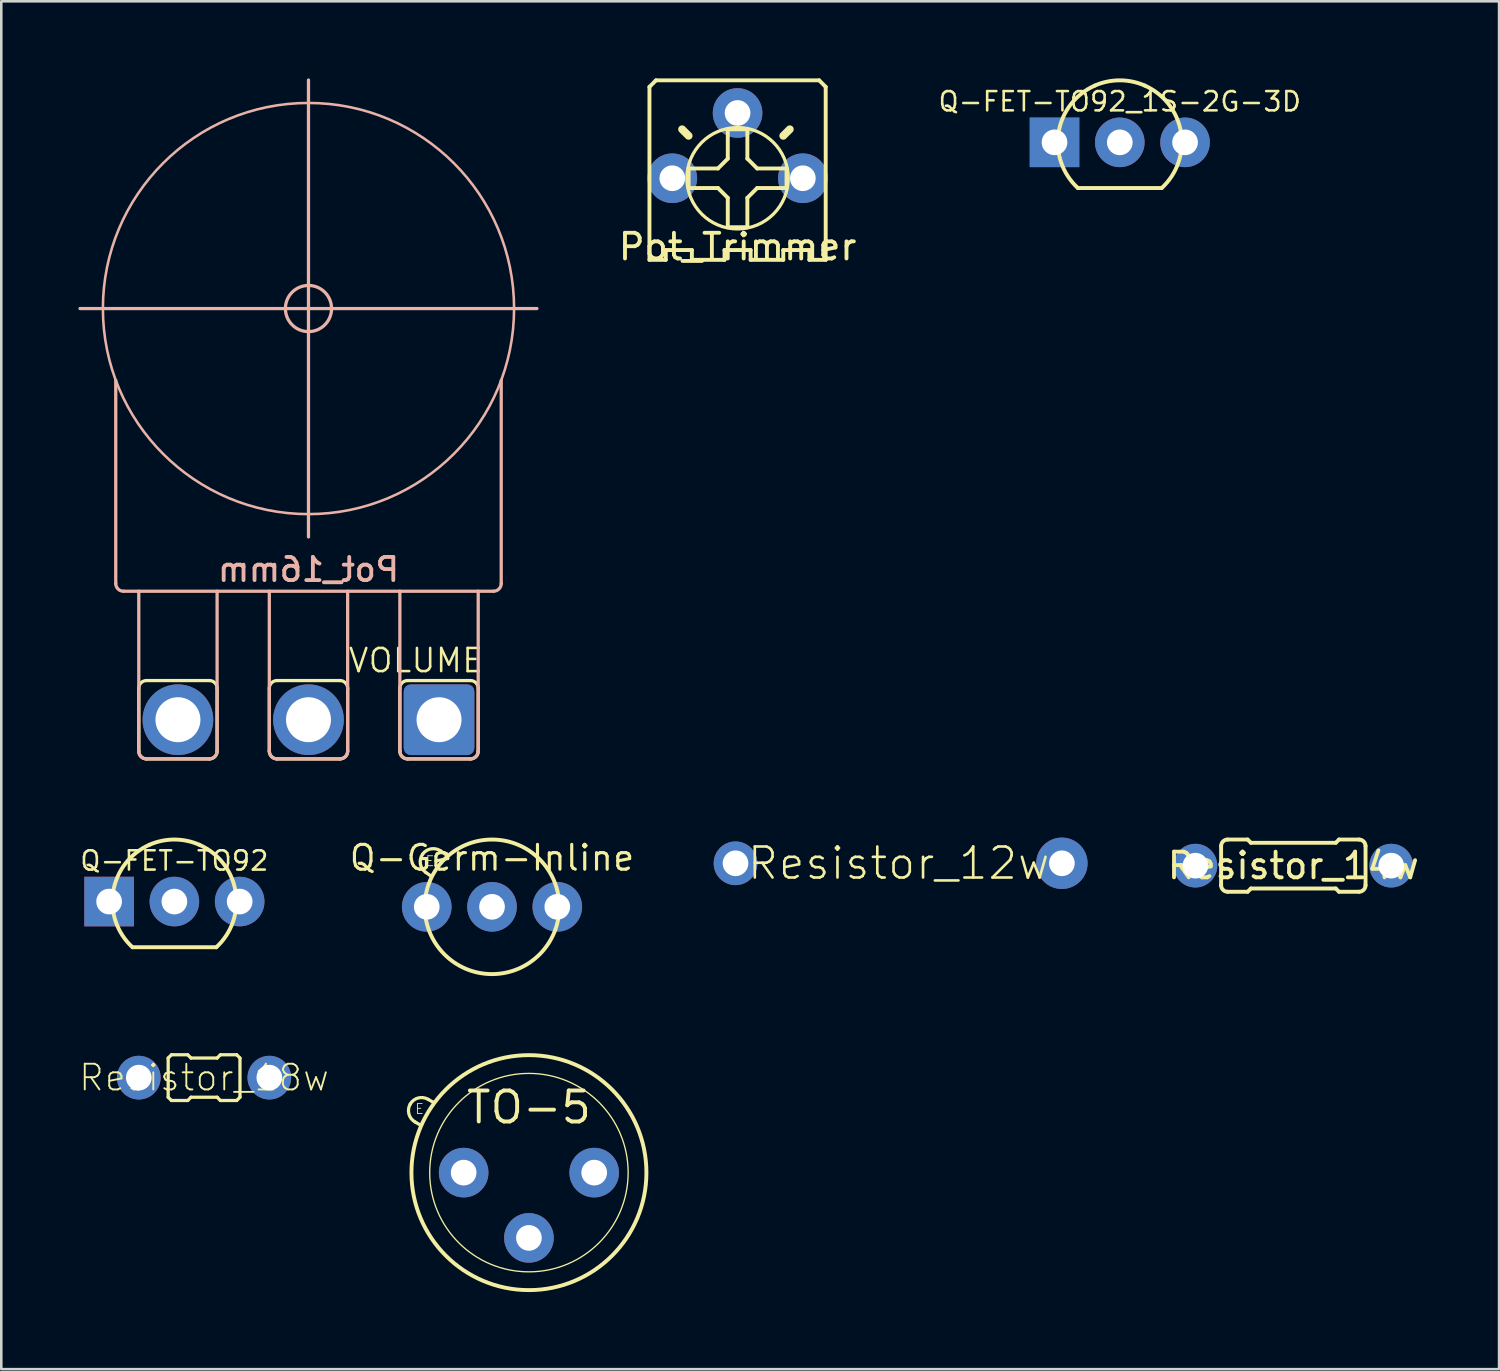
<source format=kicad_pcb>
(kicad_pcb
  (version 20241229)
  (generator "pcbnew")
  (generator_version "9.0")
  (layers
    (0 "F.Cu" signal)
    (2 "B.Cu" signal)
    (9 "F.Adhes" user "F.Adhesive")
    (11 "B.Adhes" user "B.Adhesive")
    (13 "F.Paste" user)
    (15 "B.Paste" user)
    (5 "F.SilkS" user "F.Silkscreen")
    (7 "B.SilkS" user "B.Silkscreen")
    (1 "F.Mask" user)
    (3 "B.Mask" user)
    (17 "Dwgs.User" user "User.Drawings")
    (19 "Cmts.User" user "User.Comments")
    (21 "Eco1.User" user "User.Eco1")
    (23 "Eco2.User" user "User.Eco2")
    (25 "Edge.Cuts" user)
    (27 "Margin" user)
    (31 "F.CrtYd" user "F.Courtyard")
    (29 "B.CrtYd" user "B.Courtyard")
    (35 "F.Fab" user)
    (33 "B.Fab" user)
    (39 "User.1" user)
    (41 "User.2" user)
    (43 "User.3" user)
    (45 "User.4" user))
  (footprint "Pot_Trimmer"
    (layer "F.Cu")
    (at 25.651 3.886)
    (property "Reference" "Pot_Trimmer" (at 0 2.667 0) (layer "F.SilkS") (effects (font (size 1 1) (thickness 0.15))))
    (attr through_hole)
    (fp_line (start -3.429 -3.556) (end -3.429 3.175) (stroke (width 0.152) (type solid)) (layer "F.SilkS"))
    (fp_line (start -3.429 3.175) (end -2.794 3.175) (stroke (width 0.152) (type default)) (layer "F.SilkS"))
    (fp_line (start -3.175 -3.81) (end -3.429 -3.556) (stroke (width 0.152) (type solid)) (layer "F.SilkS"))
    (fp_line (start -2.794 2.794) (end -1.778 2.794) (stroke (width 0.152) (type solid)) (layer "F.SilkS"))
    (fp_line (start -2.794 3.175) (end -2.794 2.794) (stroke (width 0.152) (type default)) (layer "F.SilkS"))
    (fp_line (start -1.905 -1.651) (end -2.159 -1.905) (stroke (width 0.305) (type solid)) (layer "F.SilkS"))
    (fp_line (start -1.905 -0.381) (end -1.905 0.381) (stroke (width 0.152) (type solid)) (layer "F.SilkS"))
    (fp_line (start -1.905 0.381) (end -0.762 0.381) (stroke (width 0.152) (type solid)) (layer "F.SilkS"))
    (fp_line (start -1.778 2.794) (end -1.778 3.175) (stroke (width 0.152) (type default)) (layer "F.SilkS"))
    (fp_line (start -1.778 3.175) (end -0.508 3.175) (stroke (width 0.152) (type default)) (layer "F.SilkS"))
    (fp_line (start -0.762 -0.381) (end -1.905 -0.381) (stroke (width 0.152) (type solid)) (layer "F.SilkS"))
    (fp_line (start -0.508 2.794) (end 0.508 2.794) (stroke (width 0.152) (type solid)) (layer "F.SilkS"))
    (fp_line (start -0.508 3.175) (end -0.508 2.794) (stroke (width 0.152) (type default)) (layer "F.SilkS"))
    (fp_line (start -0.381 -1.905) (end -0.381 -0.762) (stroke (width 0.152) (type solid)) (layer "F.SilkS"))
    (fp_line (start -0.381 -0.762) (end -0.762 -0.381) (stroke (width 0.152) (type solid)) (layer "F.SilkS"))
    (fp_line (start -0.381 0.762) (end -0.762 0.381) (stroke (width 0.152) (type solid)) (layer "F.SilkS"))
    (fp_line (start -0.381 0.762) (end -0.381 1.905) (stroke (width 0.152) (type solid)) (layer "F.SilkS"))
    (fp_line (start -0.381 1.905) (end 0.381 1.905) (stroke (width 0.152) (type solid)) (layer "F.SilkS"))
    (fp_line (start 0.381 -1.905) (end -0.381 -1.905) (stroke (width 0.152) (type solid)) (layer "F.SilkS"))
    (fp_line (start 0.381 -0.762) (end 0.381 -1.905) (stroke (width 0.152) (type solid)) (layer "F.SilkS"))
    (fp_line (start 0.381 0.762) (end 0.762 0.381) (stroke (width 0.152) (type solid)) (layer "F.SilkS"))
    (fp_line (start 0.381 1.905) (end 0.381 0.762) (stroke (width 0.152) (type solid)) (layer "F.SilkS"))
    (fp_line (start 0.508 2.794) (end 0.508 3.175) (stroke (width 0.152) (type default)) (layer "F.SilkS"))
    (fp_line (start 0.508 3.175) (end 1.778 3.175) (stroke (width 0.152) (type default)) (layer "F.SilkS"))
    (fp_line (start 0.762 -0.381) (end 0.381 -0.762) (stroke (width 0.152) (type solid)) (layer "F.SilkS"))
    (fp_line (start 0.762 0.381) (end 1.905 0.381) (stroke (width 0.152) (type solid)) (layer "F.SilkS"))
    (fp_line (start 1.778 -1.651) (end 2.032 -1.905) (stroke (width 0.305) (type solid)) (layer "F.SilkS"))
    (fp_line (start 1.778 2.794) (end 2.794 2.794) (stroke (width 0.152) (type solid)) (layer "F.SilkS"))
    (fp_line (start 1.778 3.175) (end 1.778 2.794) (stroke (width 0.152) (type default)) (layer "F.SilkS"))
    (fp_line (start 1.905 -0.381) (end 0.762 -0.381) (stroke (width 0.152) (type solid)) (layer "F.SilkS"))
    (fp_line (start 1.905 0.381) (end 1.905 -0.381) (stroke (width 0.152) (type solid)) (layer "F.SilkS"))
    (fp_line (start 2.794 3.175) (end 2.794 2.794) (stroke (width 0.152) (type default)) (layer "F.SilkS"))
    (fp_line (start 3.175 -3.81) (end -3.175 -3.81) (stroke (width 0.152) (type solid)) (layer "F.SilkS"))
    (fp_line (start 3.175 -3.81) (end 3.429 -3.556) (stroke (width 0.152) (type solid)) (layer "F.SilkS"))
    (fp_line (start 3.429 3.175) (end 2.794 3.175) (stroke (width 0.152) (type default)) (layer "F.SilkS"))
    (fp_line (start 3.429 3.175) (end 3.429 -3.556) (stroke (width 0.152) (type solid)) (layer "F.SilkS"))
    (fp_circle (center 0 0) (end 1.972 0) (stroke (width 0.127) (type solid)) (fill no) (layer "F.SilkS"))
    (pad "1" thru_hole oval (at -2.54 0) (size 1.93 1.93) (drill 1) (layers "*.Cu" "*.Mask"))
    (pad "2" thru_hole oval (at 0 -2.54) (size 1.93 1.93) (drill 1) (layers "*.Cu" "*.Mask"))
    (pad "3" thru_hole oval (at 2.54 0) (size 1.93 1.93) (drill 1) (layers "*.Cu" "*.Mask")))
  (footprint "Resistor_12w"
    (layer "F.Cu")
    (at 31.921 30.543)
    (property "Reference" "Resistor_12w" (at 0 0 0) (layer "F.SilkS") (effects (font (size 1.206 1.206) (thickness 0.102))))
    (attr through_hole)
    (pad "1" thru_hole circle (at -6.35 0) (size 1.7 1.7) (drill 1) (layers "*.Cu" "*.Mask"))
    (pad "2" thru_hole oval (at 6.35 0) (size 2 2) (drill 1) (layers "*.Cu" "*.Mask")))
  (footprint "TO-5"
    (layer "F.Cu")
    (at 17.532 42.58)
    (property "Reference" "TO-5" (at 0 -2.54 0) (layer "F.SilkS") (effects (font (size 1.206 1.206) (thickness 0.152))))
    (attr through_hole)
    (fp_line (start -4.213 -1.846) (end -4.433 -1.973) (stroke (width 0.127) (type solid)) (layer "F.SilkS"))
    (fp_line (start -3.925 -2.853) (end -3.705 -2.726) (stroke (width 0.127) (type solid)) (layer "F.SilkS"))
    (fp_arc (start -4.619372 -2.666997) (mid -4.310909 -2.903688) (end -3.925427 -2.852938) (stroke (width 0.127) (type solid)) (layer "F.SilkS"))
    (fp_arc (start -4.433431 -1.973056) (mid -4.67012 -2.281517) (end -4.61937 -2.666997) (stroke (width 0.127) (type solid)) (layer "F.SilkS"))
    (fp_circle (center 0 0) (end 3.861 0) (stroke (width 0.051) (type solid)) (fill no) (layer "F.SilkS"))
    (fp_circle (center 0 0) (end 4.572 0) (stroke (width 0.152) (type solid)) (fill no) (layer "F.SilkS"))
    (fp_text user "E" (at -4.255 -2.477 0) (layer "F.SilkS") (effects (font (size 0.386 0.386) (thickness 0.033))))
    (pad "1" thru_hole oval (at -2.54 0 270) (size 1.93 1.93) (drill 1) (layers "*.Cu" "*.Mask"))
    (pad "2" thru_hole oval (at 0 2.54 270) (size 1.93 1.93) (drill 1) (layers "*.Cu" "*.Mask"))
    (pad "3" thru_hole oval (at 2.54 0 270) (size 1.93 1.93) (drill 1) (layers "*.Cu" "*.Mask")))
  (footprint "Resistor_14w"
    (layer "F.Cu")
    (at 47.277 30.635)
    (property "Reference" "Resistor_14w" (at 0 0 0) (layer "F.SilkS") (effects (font (size 1 1) (thickness 0.15))))
    (attr through_hole)
    (fp_line (start -2.81 0.762) (end -2.81 -0.762) (stroke (width 0.152) (type solid)) (layer "F.SilkS"))
    (fp_line (start -2.556 -1.016) (end -1.778 -1.016) (stroke (width 0.152) (type default)) (layer "F.SilkS"))
    (fp_line (start -2.556 1.016) (end -1.778 1.016) (stroke (width 0.152) (type default)) (layer "F.SilkS"))
    (fp_line (start -1.651 -0.889) (end -1.778 -1.016) (stroke (width 0.152) (type solid)) (layer "F.SilkS"))
    (fp_line (start -1.651 0.889) (end -1.778 1.016) (stroke (width 0.152) (type solid)) (layer "F.SilkS"))
    (fp_line (start 1.651 -0.889) (end -1.651 -0.889) (stroke (width 0.152) (type default)) (layer "F.SilkS"))
    (fp_line (start 1.651 -0.889) (end 1.778 -1.016) (stroke (width 0.152) (type solid)) (layer "F.SilkS"))
    (fp_line (start 1.651 0.889) (end -1.651 0.889) (stroke (width 0.152) (type default)) (layer "F.SilkS"))
    (fp_line (start 1.651 0.889) (end 1.778 1.016) (stroke (width 0.152) (type solid)) (layer "F.SilkS"))
    (fp_line (start 1.778 -1.016) (end 2.556 -1.016) (stroke (width 0.152) (type default)) (layer "F.SilkS"))
    (fp_line (start 1.778 1.016) (end 2.556 1.016) (stroke (width 0.152) (type default)) (layer "F.SilkS"))
    (fp_line (start 2.81 0.762) (end 2.81 -0.762) (stroke (width 0.152) (type solid)) (layer "F.SilkS"))
    (fp_arc (start -2.81 -0.762) (mid -2.735605 -0.941605) (end -2.556 -1.016) (stroke (width 0.1524) (type solid)) (layer "F.SilkS"))
    (fp_arc (start -2.556 1.016) (mid -2.735605 0.941605) (end -2.81 0.762) (stroke (width 0.1524) (type solid)) (layer "F.SilkS"))
    (fp_arc (start 2.556 -1.016) (mid 2.735605 -0.941605) (end 2.81 -0.762) (stroke (width 0.1524) (type solid)) (layer "F.SilkS"))
    (fp_arc (start 2.81 0.762) (mid 2.735605 0.941605) (end 2.556 1.016) (stroke (width 0.1524) (type solid)) (layer "F.SilkS"))
    (pad "1" thru_hole circle (at -3.81 0) (size 1.7 1.7) (drill 1) (layers "*.Cu" "*.Mask"))
    (pad "2" thru_hole circle (at 3.81 0) (size 1.7 1.7) (drill 1) (layers "*.Cu" "*.Mask")))
  (footprint "Q-Germ-Inline"
    (layer "F.Cu")
    (at 16.096 32.237)
    (property "Reference" "Q-Germ-Inline" (at 0 -1.905 0) (layer "F.SilkS") (effects (font (size 0.965 0.965) (thickness 0.122))))
    (attr through_hole)
    (fp_line (start -2.37 -1.194) (end -2.578 -1.339) (stroke (width 0.127) (type solid)) (layer "F.SilkS"))
    (fp_line (start -1.995 -2.171) (end -1.787 -2.026) (stroke (width 0.127) (type solid)) (layer "F.SilkS"))
    (fp_arc (start -2.702638 -2.046709) (mid -2.37472 -2.255616) (end -1.995128 -2.171463) (stroke (width 0.127) (type solid)) (layer "F.SilkS"))
    (fp_arc (start -2.577888 -1.339203) (mid -2.786792 -1.667119) (end -2.702638 -2.046709) (stroke (width 0.127) (type solid)) (layer "F.SilkS"))
    (fp_circle (center 0 0) (end 2.618 0) (stroke (width 0.152) (type solid)) (fill no) (layer "F.SilkS"))
    (fp_text user "E" (at -2.413 -1.778 0) (layer "F.SilkS") (effects (font (size 0.386 0.386) (thickness 0.033))))
    (pad "1" thru_hole oval (at -2.54 0 270) (size 1.93 1.93) (drill 1) (layers "*.Cu" "*.Mask"))
    (pad "2" thru_hole oval (at 0 0 270) (size 1.93 1.93) (drill 1) (layers "*.Cu" "*.Mask"))
    (pad "3" thru_hole oval (at 2.54 0 270) (size 1.93 1.93) (drill 1) (layers "*.Cu" "*.Mask")))
  (footprint "Resistor_18w"
    (layer "F.Cu")
    (at 4.891 38.884)
    (property "Reference" "Resistor_18w" (at 0 0 0) (layer "F.SilkS") (effects (font (size 1 1) (thickness 0.073))))
    (attr through_hole)
    (fp_line (start -1.397 -0.762) (end -1.397 0.762) (stroke (width 0.127) (type solid)) (layer "F.SilkS"))
    (fp_line (start -1.397 -0.762) (end -1.27 -0.889) (stroke (width 0.127) (type solid)) (layer "F.SilkS"))
    (fp_line (start -1.27 -0.889) (end -0.635 -0.889) (stroke (width 0.127) (type solid)) (layer "F.SilkS"))
    (fp_line (start -1.27 0.889) (end -1.397 0.762) (stroke (width 0.127) (type solid)) (layer "F.SilkS"))
    (fp_line (start -0.635 -0.889) (end -0.508 -0.762) (stroke (width 0.127) (type solid)) (layer "F.SilkS"))
    (fp_line (start -0.635 0.889) (end -1.27 0.889) (stroke (width 0.127) (type solid)) (layer "F.SilkS"))
    (fp_line (start -0.508 -0.762) (end 0.508 -0.762) (stroke (width 0.127) (type solid)) (layer "F.SilkS"))
    (fp_line (start -0.508 0.762) (end -0.635 0.889) (stroke (width 0.127) (type solid)) (layer "F.SilkS"))
    (fp_line (start 0.508 -0.762) (end 0.635 -0.889) (stroke (width 0.127) (type solid)) (layer "F.SilkS"))
    (fp_line (start 0.508 0.762) (end -0.508 0.762) (stroke (width 0.127) (type solid)) (layer "F.SilkS"))
    (fp_line (start 0.635 -0.889) (end 1.27 -0.889) (stroke (width 0.127) (type solid)) (layer "F.SilkS"))
    (fp_line (start 0.635 0.889) (end 0.508 0.762) (stroke (width 0.127) (type solid)) (layer "F.SilkS"))
    (fp_line (start 1.27 -0.889) (end 1.397 -0.762) (stroke (width 0.127) (type solid)) (layer "F.SilkS"))
    (fp_line (start 1.27 0.889) (end 0.635 0.889) (stroke (width 0.127) (type solid)) (layer "F.SilkS"))
    (fp_line (start 1.397 -0.762) (end 1.397 0.762) (stroke (width 0.127) (type solid)) (layer "F.SilkS"))
    (fp_line (start 1.397 0.762) (end 1.27 0.889) (stroke (width 0.127) (type solid)) (layer "F.SilkS"))
    (pad "1" thru_hole circle (at -2.54 0) (size 1.7 1.7) (drill 1) (layers "*.Cu" "*.Mask"))
    (pad "2" thru_hole circle (at 2.54 0) (size 1.7 1.7) (drill 1) (layers "*.Cu" "*.Mask")))
  (footprint "Q-FET-TO92_1S-2G-3D"
    (layer "F.Cu")
    (at 40.524 2.489)
    (property "Reference" "Q-FET-TO92_1S-2G-3D" (at 0 -1.587 0) (layer "F.SilkS") (effects (font (size 0.75 0.75) (thickness 0.1))))
    (attr through_hole)
    (fp_line (start -1.631 1.778) (end 1.631 1.778) (stroke (width 0.152) (type solid)) (layer "F.SilkS"))
    (fp_arc (start -1.631 1.778) (mid -2.380096 -0.395238) (end -0.968899 -2.209799) (stroke (width 0.1524) (type solid)) (layer "F.SilkS"))
    (fp_arc (start -0.9692 -2.2098) (mid 0 -2.412999) (end 0.9692 -2.2098) (stroke (width 0.1524) (type solid)) (layer "F.SilkS"))
    (fp_arc (start 0.9689 -2.2098) (mid 2.380097 -0.395238) (end 1.631001 1.778001) (stroke (width 0.1524) (type solid)) (layer "F.SilkS"))
    (pad "1" thru_hole rect (at -2.54 0) (size 1.93 1.93) (drill 1) (layers "*.Cu" "*.Mask"))
    (pad "2" thru_hole oval (at 0 0) (size 1.93 1.93) (drill 1) (layers "*.Cu" "*.Mask"))
    (pad "3" thru_hole oval (at 2.54 0) (size 1.93 1.93) (drill 1) (layers "*.Cu" "*.Mask")))
  (footprint "Q-FET-TO92"
    (layer "F.Cu")
    (at 3.736 32.032)
    (property "Reference" "Q-FET-TO92" (at 0 -1.587 0) (layer "F.SilkS") (effects (font (size 0.75 0.75) (thickness 0.1))))
    (attr through_hole)
    (fp_line (start -1.631 1.778) (end 1.631 1.778) (stroke (width 0.152) (type solid)) (layer "F.SilkS"))
    (fp_arc (start -1.631 1.778) (mid -2.380096 -0.395238) (end -0.968899 -2.209799) (stroke (width 0.1524) (type solid)) (layer "F.SilkS"))
    (fp_arc (start -0.9692 -2.2098) (mid 0 -2.412999) (end 0.9692 -2.2098) (stroke (width 0.1524) (type solid)) (layer "F.SilkS"))
    (fp_arc (start 0.9689 -2.2098) (mid 2.380097 -0.395238) (end 1.631001 1.778001) (stroke (width 0.1524) (type solid)) (layer "F.SilkS"))
    (pad "1" thru_hole rect (at -2.54 0) (size 1.93 1.93) (drill 1) (layers "*.Cu" "*.Mask"))
    (pad "2" thru_hole oval (at 0 0) (size 1.93 1.93) (drill 1) (layers "*.Cu" "*.Mask"))
    (pad "3" thru_hole oval (at 2.54 0) (size 1.93 1.93) (drill 1) (layers "*.Cu" "*.Mask")))
  (footprint "Pot_16mm"
    (layer "F.Cu")
    (at 8.954 24.956)
    (property "Reference" "Pot_16mm" (at 0 -5.842 0) (layer "B.SilkS") (effects (font (size 0.9 0.9) (thickness 0.15) (bold yes)) (justify mirror)))
    (attr through_hole)
    (fp_line (start -6.604 -1.224) (end -6.604 1.224) (stroke (width 0.127) (type solid)) (layer "F.SilkS"))
    (fp_line (start -6.304 -1.524) (end -3.856 -1.524) (stroke (width 0.127) (type solid)) (layer "F.SilkS"))
    (fp_line (start -6.304 1.524) (end -3.856 1.524) (stroke (width 0.127) (type solid)) (layer "F.SilkS"))
    (fp_line (start -3.556 1.224) (end -3.556 -1.224) (stroke (width 0.127) (type solid)) (layer "F.SilkS"))
    (fp_line (start -1.524 -1.224) (end -1.524 1.224) (stroke (width 0.127) (type solid)) (layer "F.SilkS"))
    (fp_line (start -1.224 -1.524) (end 1.224 -1.524) (stroke (width 0.127) (type solid)) (layer "F.SilkS"))
    (fp_line (start -1.224 1.524) (end 1.224 1.524) (stroke (width 0.127) (type solid)) (layer "F.SilkS"))
    (fp_line (start 1.524 1.224) (end 1.524 -1.224) (stroke (width 0.127) (type solid)) (layer "F.SilkS"))
    (fp_line (start 3.556 -1.224) (end 3.556 1.224) (stroke (width 0.127) (type solid)) (layer "F.SilkS"))
    (fp_line (start 3.856 -1.524) (end 6.304 -1.524) (stroke (width 0.127) (type solid)) (layer "F.SilkS"))
    (fp_line (start 3.856 1.524) (end 6.304 1.524) (stroke (width 0.127) (type solid)) (layer "F.SilkS"))
    (fp_line (start 6.604 1.224) (end 6.604 -1.224) (stroke (width 0.127) (type solid)) (layer "F.SilkS"))
    (fp_arc (start -6.604 -1.224) (mid -6.516132 -1.436132) (end -6.304 -1.524) (stroke (width 0.127) (type default)) (layer "F.SilkS"))
    (fp_arc (start -6.304 1.524) (mid -6.516132 1.436132) (end -6.604 1.224) (stroke (width 0.127) (type default)) (layer "F.SilkS"))
    (fp_arc (start -3.856 -1.524) (mid -3.643868 -1.436132) (end -3.556 -1.224) (stroke (width 0.127) (type default)) (layer "F.SilkS"))
    (fp_arc (start -3.556 1.224) (mid -3.643868 1.436132) (end -3.856 1.524) (stroke (width 0.127) (type default)) (layer "F.SilkS"))
    (fp_arc (start -1.524 -1.224) (mid -1.436132 -1.436132) (end -1.224 -1.524) (stroke (width 0.127) (type default)) (layer "F.SilkS"))
    (fp_arc (start -1.224 1.524) (mid -1.436132 1.436132) (end -1.524 1.224) (stroke (width 0.127) (type default)) (layer "F.SilkS"))
    (fp_arc (start 1.224 -1.524) (mid 1.436132 -1.436132) (end 1.524 -1.224) (stroke (width 0.127) (type default)) (layer "F.SilkS"))
    (fp_arc (start 1.524 1.224) (mid 1.436132 1.436132) (end 1.224 1.524) (stroke (width 0.127) (type default)) (layer "F.SilkS"))
    (fp_arc (start 3.556 -1.224) (mid 3.643868 -1.436132) (end 3.856 -1.524) (stroke (width 0.127) (type default)) (layer "F.SilkS"))
    (fp_arc (start 3.856 1.524) (mid 3.643868 1.436132) (end 3.556 1.224) (stroke (width 0.127) (type default)) (layer "F.SilkS"))
    (fp_arc (start 6.304 -1.524) (mid 6.516132 -1.436132) (end 6.604 -1.224) (stroke (width 0.127) (type default)) (layer "F.SilkS"))
    (fp_arc (start 6.604 1.224) (mid 6.516132 1.436132) (end 6.304 1.524) (stroke (width 0.127) (type default)) (layer "F.SilkS"))
    (fp_line (start -8.89 -16) (end 8.89 -16) (stroke (width 0.127) (type solid)) (layer "B.SilkS"))
    (fp_line (start -7.5 -13.208) (end -7.5 -5.3) (stroke (width 0.127) (type solid)) (layer "B.SilkS"))
    (fp_line (start -7.2 -5) (end 7.2 -5) (stroke (width 0.127) (type solid)) (layer "B.SilkS"))
    (fp_line (start -6.604 -5) (end -6.604 1.224) (stroke (width 0.127) (type solid)) (layer "B.SilkS"))
    (fp_line (start -6.304 1.524) (end -3.856 1.524) (stroke (width 0.127) (type solid)) (layer "B.SilkS"))
    (fp_line (start -3.556 1.224) (end -3.556 -5) (stroke (width 0.127) (type solid)) (layer "B.SilkS"))
    (fp_line (start -1.524 -5) (end -1.524 1.224) (stroke (width 0.127) (type solid)) (layer "B.SilkS"))
    (fp_line (start -1.224 1.524) (end 1.224 1.524) (stroke (width 0.127) (type solid)) (layer "B.SilkS"))
    (fp_line (start 0 -7.112) (end 0 -24.892) (stroke (width 0.127) (type solid)) (layer "B.SilkS"))
    (fp_line (start 1.524 1.224) (end 1.524 -5) (stroke (width 0.127) (type solid)) (layer "B.SilkS"))
    (fp_line (start 3.556 -5) (end 3.556 1.224) (stroke (width 0.127) (type solid)) (layer "B.SilkS"))
    (fp_line (start 3.856 1.524) (end 6.304 1.524) (stroke (width 0.127) (type solid)) (layer "B.SilkS"))
    (fp_line (start 6.604 1.224) (end 6.604 -5) (stroke (width 0.127) (type solid)) (layer "B.SilkS"))
    (fp_line (start 7.5 -5.3) (end 7.5 -13.208) (stroke (width 0.127) (type solid)) (layer "B.SilkS"))
    (fp_arc (start -7.2 -5) (mid -7.412132 -5.087868) (end -7.5 -5.3) (stroke (width 0.127) (type default)) (layer "B.SilkS"))
    (fp_arc (start -6.304 1.524) (mid -6.516132 1.436132) (end -6.604 1.224) (stroke (width 0.127) (type default)) (layer "B.SilkS"))
    (fp_arc (start -3.556 1.224) (mid -3.643868 1.436132) (end -3.856 1.524) (stroke (width 0.127) (type default)) (layer "B.SilkS"))
    (fp_arc (start -1.224 1.524) (mid -1.436132 1.436132) (end -1.524 1.224) (stroke (width 0.127) (type default)) (layer "B.SilkS"))
    (fp_arc (start 1.524 1.224) (mid 1.436132 1.436132) (end 1.224 1.524) (stroke (width 0.127) (type default)) (layer "B.SilkS"))
    (fp_arc (start 3.856 1.524) (mid 3.643868 1.436132) (end 3.556 1.224) (stroke (width 0.127) (type default)) (layer "B.SilkS"))
    (fp_arc (start 6.604 1.224) (mid 6.516132 1.436132) (end 6.304 1.524) (stroke (width 0.127) (type default)) (layer "B.SilkS"))
    (fp_arc (start 7.5 -5.3) (mid 7.412132 -5.087868) (end 7.2 -5) (stroke (width 0.127) (type default)) (layer "B.SilkS"))
    (fp_circle (center 0 -16) (end 0.898 -16) (stroke (width 0.127) (type solid)) (fill no) (layer "B.SilkS"))
    (fp_circle (center 0 -16) (end 8 -16) (stroke (width 0.1) (type default)) (fill no) (layer "B.SilkS"))
    (fp_text user "VOLUME" (at 6.858 -1.778 0) (unlocked yes) (layer "F.SilkS") (effects (font (size 0.9 0.9) (thickness 0.1)) (justify right bottom)))
    (pad "1" thru_hole roundrect (at 5.08 0 180) (size 2.75 2.75) (drill 1.75) (layers "*.Cu" "*.Mask") (roundrect_rratio 0.1))
    (pad "2" thru_hole circle (at 0 0 180) (size 2.75 2.75) (drill 1.75) (layers "*.Cu" "*.Mask"))
    (pad "3" thru_hole circle (at -5.08 0 180) (size 2.75 2.75) (drill 1.75) (layers "*.Cu" "*.Mask")))
  (gr_rect
    (start -3 -3)
    (end 55.283 50.228)
    (stroke (width 0.1) (type default))
    (fill no)
    (layer "Edge.Cuts")))
</source>
